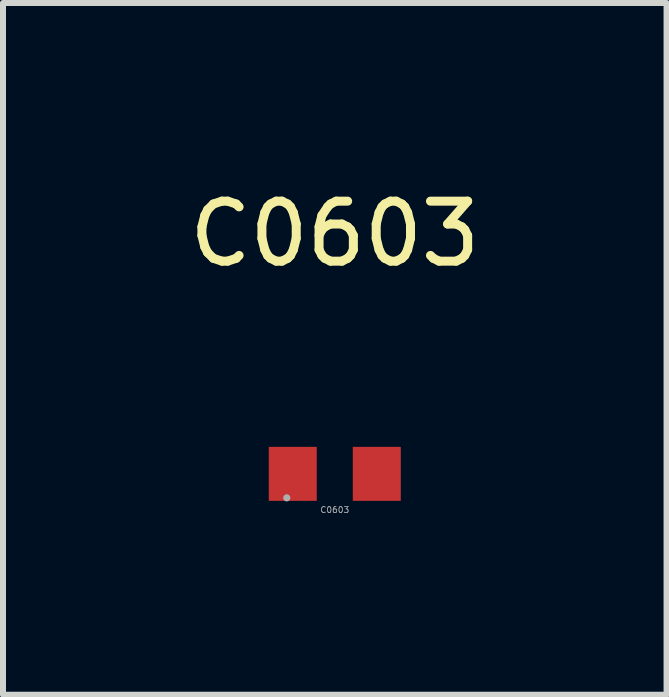
<source format=kicad_pcb>
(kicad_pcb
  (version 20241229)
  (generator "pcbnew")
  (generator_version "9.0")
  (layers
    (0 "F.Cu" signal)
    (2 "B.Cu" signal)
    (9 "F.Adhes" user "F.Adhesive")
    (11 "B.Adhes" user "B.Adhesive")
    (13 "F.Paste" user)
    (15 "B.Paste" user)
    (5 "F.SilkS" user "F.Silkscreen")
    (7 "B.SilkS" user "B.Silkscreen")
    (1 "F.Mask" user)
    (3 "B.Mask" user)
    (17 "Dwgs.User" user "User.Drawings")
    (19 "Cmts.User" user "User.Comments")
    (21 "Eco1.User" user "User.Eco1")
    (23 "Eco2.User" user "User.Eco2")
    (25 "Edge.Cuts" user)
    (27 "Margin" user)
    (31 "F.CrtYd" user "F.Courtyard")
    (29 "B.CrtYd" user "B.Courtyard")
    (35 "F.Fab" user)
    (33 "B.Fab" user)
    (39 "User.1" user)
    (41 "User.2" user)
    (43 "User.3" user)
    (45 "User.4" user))
  (footprint "C0603"
    (layer "F.Cu")
    (at 2.53 4.848)
    (property "Reference" "C0603" (at 0 -4 0) (layer "F.SilkS") (effects (font (size 1 1) (thickness 0.15))))
    (attr smd)
    (fp_circle (center -0.8 0.4) (end -0.77 0.4) (stroke (width 0.06) (type solid)) (fill no) (layer "F.Fab"))
    (fp_text user "${REFERENCE}" (at 0 0.6 0) (layer "F.Fab") (effects (font (size 0.1 0.1) (thickness 0.013))))
    (pad "1" smd rect (at -0.7 0) (size 0.8 0.9) (layers "F.Cu" "F.Mask" "F.Paste"))
    (pad "2" smd rect (at 0.7 0) (size 0.8 0.9) (layers "F.Cu" "F.Mask" "F.Paste")))
  (gr_rect
    (start -3 -3)
    (end 8.06 8.529)
    (stroke (width 0.1) (type default))
    (fill no)
    (layer "Edge.Cuts")))
</source>
